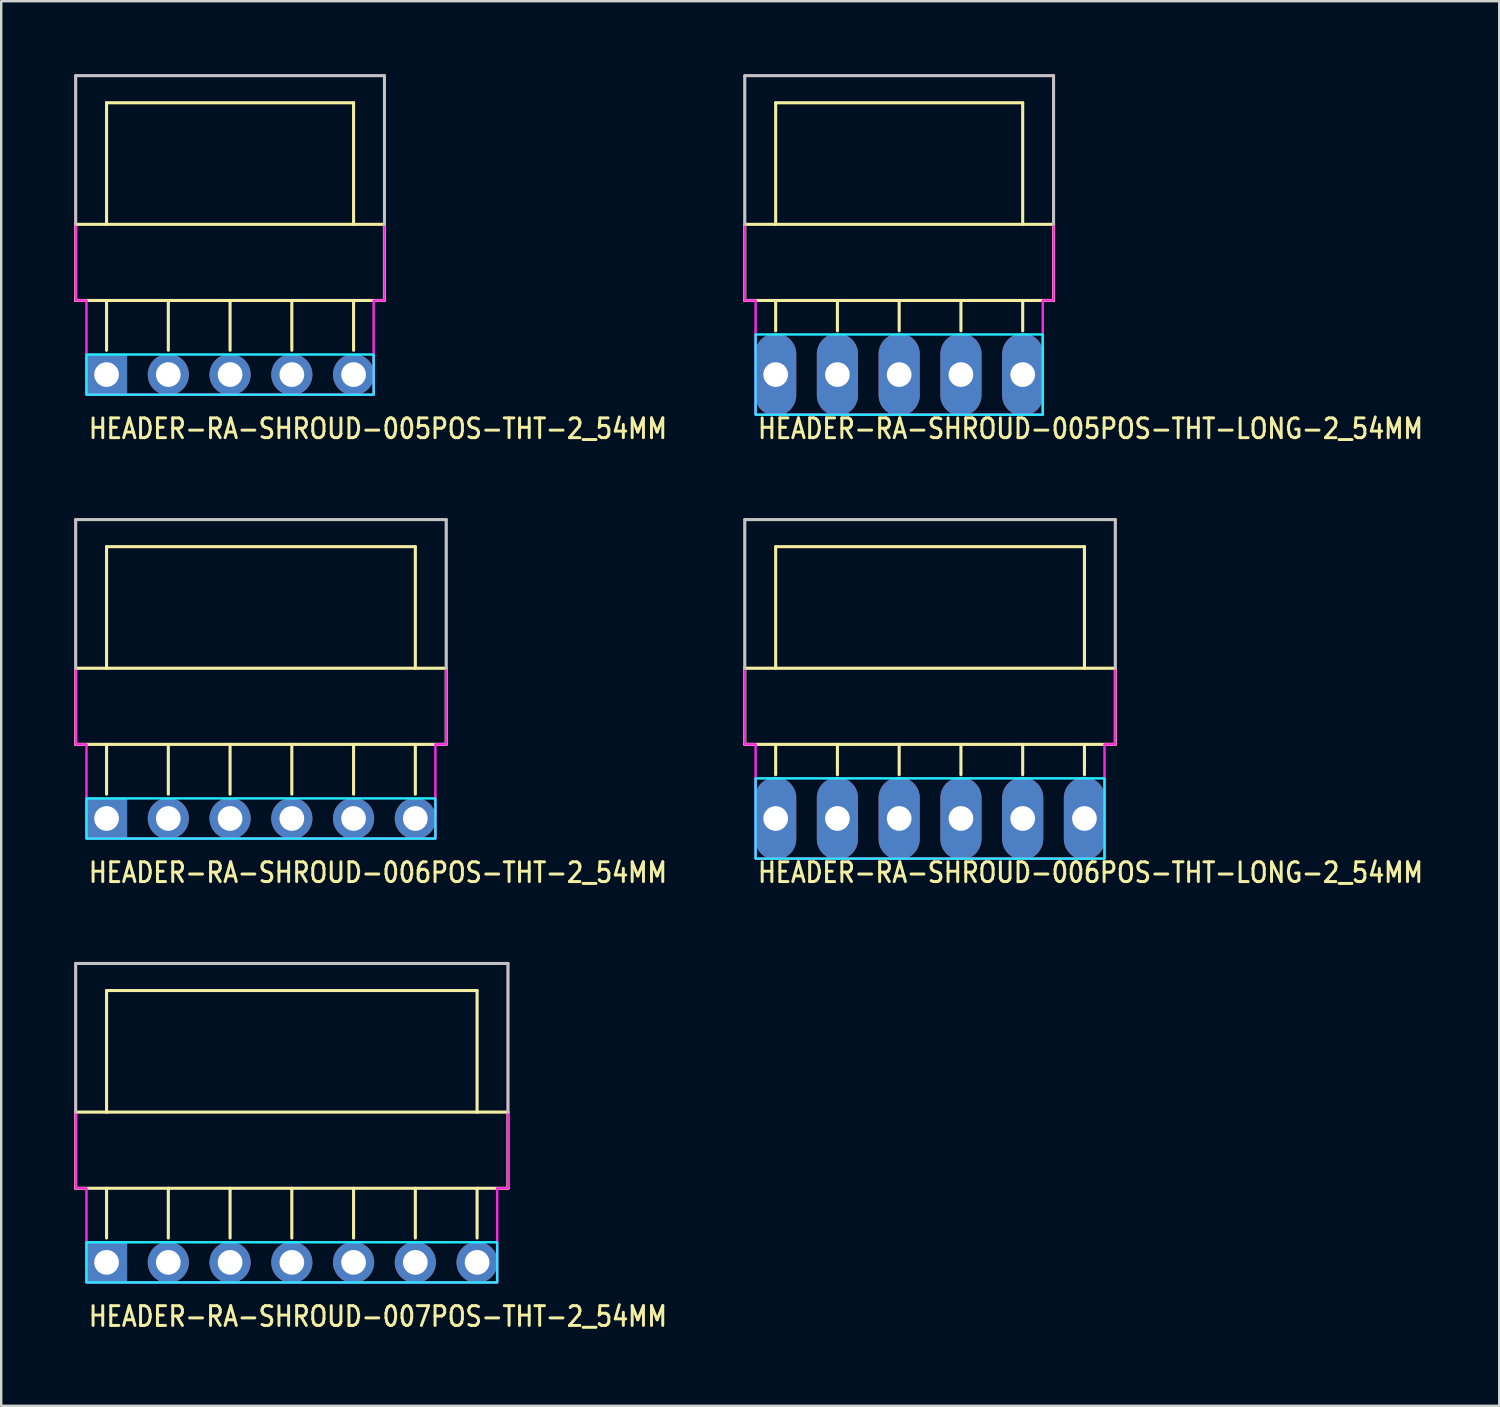
<source format=kicad_pcb>
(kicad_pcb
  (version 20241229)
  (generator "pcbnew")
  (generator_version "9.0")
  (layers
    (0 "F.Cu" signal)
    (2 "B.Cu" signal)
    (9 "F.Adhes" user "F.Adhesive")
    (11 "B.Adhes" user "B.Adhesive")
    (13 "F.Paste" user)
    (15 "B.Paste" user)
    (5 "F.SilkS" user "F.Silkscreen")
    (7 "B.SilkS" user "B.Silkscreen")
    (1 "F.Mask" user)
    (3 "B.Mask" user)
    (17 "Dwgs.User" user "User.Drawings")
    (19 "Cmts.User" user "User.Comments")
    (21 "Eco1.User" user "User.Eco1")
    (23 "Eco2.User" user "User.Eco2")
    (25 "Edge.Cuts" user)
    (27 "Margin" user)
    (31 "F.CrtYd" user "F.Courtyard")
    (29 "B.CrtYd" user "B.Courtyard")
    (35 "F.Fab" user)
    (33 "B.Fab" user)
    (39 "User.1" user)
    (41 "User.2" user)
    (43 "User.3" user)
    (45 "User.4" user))
  (footprint "HEADER-RA-SHROUD-006POS-THT-LONG-2_54MM"
    (layer "F.Cu")
    (at 28.854 30.615)
    (property "Reference" "HEADER-RA-SHROUD-006POS-THT-LONG-2_54MM" (at -0.8 2.7 0) (unlocked yes) (layer "F.SilkS") (effects (font (size 0.813 0.695) (thickness 0.122)) (justify left bottom)))
    (fp_line (start -1.27 -6.18) (end -1.27 -3.048) (stroke (width 0.127) (type solid)) (layer "F.SilkS"))
    (fp_line (start -1.27 -3.048) (end 13.97 -3.048) (stroke (width 0.127) (type solid)) (layer "F.SilkS"))
    (fp_line (start 0 -11.18) (end 0 -6.18) (stroke (width 0.127) (type solid)) (layer "F.SilkS"))
    (fp_line (start 0 -6.18) (end -1.27 -6.18) (stroke (width 0.127) (type solid)) (layer "F.SilkS"))
    (fp_line (start 0 -1.8) (end 0 -3.048) (stroke (width 0.127) (type solid)) (layer "F.SilkS"))
    (fp_line (start 2.54 -1.8) (end 2.54 -3.048) (stroke (width 0.127) (type solid)) (layer "F.SilkS"))
    (fp_line (start 5.08 -1.8) (end 5.08 -3.048) (stroke (width 0.127) (type solid)) (layer "F.SilkS"))
    (fp_line (start 7.62 -1.8) (end 7.62 -3.048) (stroke (width 0.127) (type solid)) (layer "F.SilkS"))
    (fp_line (start 10.16 -1.8) (end 10.16 -3.048) (stroke (width 0.127) (type solid)) (layer "F.SilkS"))
    (fp_line (start 12.7 -11.18) (end 0 -11.18) (stroke (width 0.127) (type solid)) (layer "F.SilkS"))
    (fp_line (start 12.7 -6.18) (end 0 -6.18) (stroke (width 0.127) (type solid)) (layer "F.SilkS"))
    (fp_line (start 12.7 -6.18) (end 12.7 -11.18) (stroke (width 0.127) (type solid)) (layer "F.SilkS"))
    (fp_line (start 12.7 -1.8) (end 12.7 -3.048) (stroke (width 0.127) (type solid)) (layer "F.SilkS"))
    (fp_line (start 13.97 -6.18) (end 12.7 -6.18) (stroke (width 0.127) (type solid)) (layer "F.SilkS"))
    (fp_line (start 13.97 -3.048) (end 13.97 -6.18) (stroke (width 0.127) (type solid)) (layer "F.SilkS"))
    (fp_line (start -1.27 -12.294) (end 13.97 -12.294) (stroke (width 0.127) (type solid)) (layer "Dwgs.User"))
    (fp_line (start -1.27 -6.18) (end -1.27 -12.294) (stroke (width 0.127) (type solid)) (layer "Dwgs.User"))
    (fp_line (start 13.97 -12.294) (end 13.97 -6.18) (stroke (width 0.127) (type solid)) (layer "Dwgs.User"))
    (fp_poly (pts (xy -0.826 -1.65) (xy -0.826 1.65) (xy 13.525 1.65) (xy 13.525 -1.65)) (stroke (width 0.1) (type solid)) (fill no) (layer "B.CrtYd"))
    (fp_poly (pts (xy -1.27 -12.294) (xy -1.27 -3.048) (xy -0.826 -3.048) (xy -0.826 1.65) (xy 13.525 1.65) (xy 13.525 -3.048) (xy 13.97 -3.048) (xy 13.97 -12.294)) (stroke (width 0.1) (type solid)) (fill no) (layer "F.CrtYd"))
    (pad "1" thru_hole oval (at 0 0 90) (size 3.387 1.693) (drill 1.016) (layers "*.Cu" "*.Mask"))
    (pad "2" thru_hole oval (at 2.54 0 90) (size 3.387 1.693) (drill 1.016) (layers "*.Cu" "*.Mask"))
    (pad "3" thru_hole oval (at 5.08 0 90) (size 3.387 1.693) (drill 1.016) (layers "*.Cu" "*.Mask"))
    (pad "4" thru_hole oval (at 7.62 0 90) (size 3.387 1.693) (drill 1.016) (layers "*.Cu" "*.Mask"))
    (pad "5" thru_hole oval (at 10.16 0 90) (size 3.387 1.693) (drill 1.016) (layers "*.Cu" "*.Mask"))
    (pad "6" thru_hole oval (at 12.7 0 90) (size 3.387 1.693) (drill 1.016) (layers "*.Cu" "*.Mask")))
  (footprint "HEADER-RA-SHROUD-007POS-THT-2_54MM"
    (layer "F.Cu")
    (at 1.333 48.872)
    (property "Reference" "HEADER-RA-SHROUD-007POS-THT-2_54MM" (at -0.8 2.7 0) (unlocked yes) (layer "F.SilkS") (effects (font (size 0.813 0.695) (thickness 0.122)) (justify left bottom)))
    (fp_line (start -1.27 -6.18) (end -1.27 -3.048) (stroke (width 0.127) (type solid)) (layer "F.SilkS"))
    (fp_line (start -1.27 -3.048) (end 16.51 -3.048) (stroke (width 0.127) (type solid)) (layer "F.SilkS"))
    (fp_line (start 0 -11.18) (end 0 -6.18) (stroke (width 0.127) (type solid)) (layer "F.SilkS"))
    (fp_line (start 0 -6.18) (end -1.27 -6.18) (stroke (width 0.127) (type solid)) (layer "F.SilkS"))
    (fp_line (start 0 -1) (end 0 -3.048) (stroke (width 0.127) (type solid)) (layer "F.SilkS"))
    (fp_line (start 2.54 -1) (end 2.54 -3.048) (stroke (width 0.127) (type solid)) (layer "F.SilkS"))
    (fp_line (start 5.08 -1) (end 5.08 -3.048) (stroke (width 0.127) (type solid)) (layer "F.SilkS"))
    (fp_line (start 7.62 -1) (end 7.62 -3.048) (stroke (width 0.127) (type solid)) (layer "F.SilkS"))
    (fp_line (start 10.16 -1) (end 10.16 -3.048) (stroke (width 0.127) (type solid)) (layer "F.SilkS"))
    (fp_line (start 12.7 -1) (end 12.7 -3.048) (stroke (width 0.127) (type solid)) (layer "F.SilkS"))
    (fp_line (start 15.24 -11.18) (end 0 -11.18) (stroke (width 0.127) (type solid)) (layer "F.SilkS"))
    (fp_line (start 15.24 -6.18) (end 0 -6.18) (stroke (width 0.127) (type solid)) (layer "F.SilkS"))
    (fp_line (start 15.24 -6.18) (end 15.24 -11.18) (stroke (width 0.127) (type solid)) (layer "F.SilkS"))
    (fp_line (start 15.24 -1) (end 15.24 -3.048) (stroke (width 0.127) (type solid)) (layer "F.SilkS"))
    (fp_line (start 16.51 -6.18) (end 15.24 -6.18) (stroke (width 0.127) (type solid)) (layer "F.SilkS"))
    (fp_line (start 16.51 -3.048) (end 16.51 -6.18) (stroke (width 0.127) (type solid)) (layer "F.SilkS"))
    (fp_line (start -1.27 -12.294) (end 16.51 -12.294) (stroke (width 0.127) (type solid)) (layer "Dwgs.User"))
    (fp_line (start -1.27 -6.18) (end -1.27 -12.294) (stroke (width 0.127) (type solid)) (layer "Dwgs.User"))
    (fp_line (start 16.51 -12.294) (end 16.51 -6.18) (stroke (width 0.127) (type solid)) (layer "Dwgs.User"))
    (fp_poly (pts (xy -0.826 -0.826) (xy -0.826 0.826) (xy 16.066 0.826) (xy 16.066 -0.826)) (stroke (width 0.1) (type solid)) (fill no) (layer "B.CrtYd"))
    (fp_poly (pts (xy -1.27 -12.294) (xy -1.27 -3.048) (xy -0.826 -3.048) (xy -0.826 0.826) (xy 16.066 0.826) (xy 16.066 -3.048) (xy 16.51 -3.048) (xy 16.51 -12.294)) (stroke (width 0.1) (type solid)) (fill no) (layer "F.CrtYd"))
    (pad "1" thru_hole rect (at 0 0) (size 1.693 1.693) (drill 1.016) (layers "*.Cu" "*.Mask"))
    (pad "2" thru_hole oval (at 2.54 0) (size 1.693 1.693) (drill 1.016) (layers "*.Cu" "*.Mask"))
    (pad "3" thru_hole oval (at 5.08 0) (size 1.693 1.693) (drill 1.016) (layers "*.Cu" "*.Mask"))
    (pad "4" thru_hole oval (at 7.62 0) (size 1.693 1.693) (drill 1.016) (layers "*.Cu" "*.Mask"))
    (pad "5" thru_hole oval (at 10.16 0) (size 1.693 1.693) (drill 1.016) (layers "*.Cu" "*.Mask"))
    (pad "6" thru_hole oval (at 12.7 0) (size 1.693 1.693) (drill 1.016) (layers "*.Cu" "*.Mask"))
    (pad "7" thru_hole oval (at 15.24 0) (size 1.693 1.693) (drill 1.016) (layers "*.Cu" "*.Mask")))
  (footprint "HEADER-RA-SHROUD-005POS-THT-LONG-2_54MM"
    (layer "F.Cu")
    (at 28.854 12.357)
    (property "Reference" "HEADER-RA-SHROUD-005POS-THT-LONG-2_54MM" (at -0.8 2.7 0) (unlocked yes) (layer "F.SilkS") (effects (font (size 0.813 0.695) (thickness 0.122)) (justify left bottom)))
    (fp_line (start -1.27 -6.18) (end -1.27 -3.048) (stroke (width 0.127) (type solid)) (layer "F.SilkS"))
    (fp_line (start -1.27 -3.048) (end 11.43 -3.048) (stroke (width 0.127) (type solid)) (layer "F.SilkS"))
    (fp_line (start 0 -11.18) (end 0 -6.18) (stroke (width 0.127) (type solid)) (layer "F.SilkS"))
    (fp_line (start 0 -6.18) (end -1.27 -6.18) (stroke (width 0.127) (type solid)) (layer "F.SilkS"))
    (fp_line (start 0 -1.8) (end 0 -3.048) (stroke (width 0.127) (type solid)) (layer "F.SilkS"))
    (fp_line (start 2.54 -1.8) (end 2.54 -3.048) (stroke (width 0.127) (type solid)) (layer "F.SilkS"))
    (fp_line (start 5.08 -1.8) (end 5.08 -3.048) (stroke (width 0.127) (type solid)) (layer "F.SilkS"))
    (fp_line (start 7.62 -1.8) (end 7.62 -3.048) (stroke (width 0.127) (type solid)) (layer "F.SilkS"))
    (fp_line (start 10.16 -11.18) (end 0 -11.18) (stroke (width 0.127) (type solid)) (layer "F.SilkS"))
    (fp_line (start 10.16 -6.18) (end 0 -6.18) (stroke (width 0.127) (type solid)) (layer "F.SilkS"))
    (fp_line (start 10.16 -6.18) (end 10.16 -11.18) (stroke (width 0.127) (type solid)) (layer "F.SilkS"))
    (fp_line (start 10.16 -1.8) (end 10.16 -3.048) (stroke (width 0.127) (type solid)) (layer "F.SilkS"))
    (fp_line (start 11.43 -6.18) (end 10.16 -6.18) (stroke (width 0.127) (type solid)) (layer "F.SilkS"))
    (fp_line (start 11.43 -3.048) (end 11.43 -6.18) (stroke (width 0.127) (type solid)) (layer "F.SilkS"))
    (fp_line (start -1.27 -12.294) (end 11.43 -12.294) (stroke (width 0.127) (type solid)) (layer "Dwgs.User"))
    (fp_line (start -1.27 -6.18) (end -1.27 -12.294) (stroke (width 0.127) (type solid)) (layer "Dwgs.User"))
    (fp_line (start 11.43 -12.294) (end 11.43 -6.18) (stroke (width 0.127) (type solid)) (layer "Dwgs.User"))
    (fp_poly (pts (xy -0.826 -1.65) (xy -0.826 1.65) (xy 10.986 1.65) (xy 10.986 -1.65)) (stroke (width 0.1) (type solid)) (fill no) (layer "B.CrtYd"))
    (fp_poly (pts (xy -1.27 -12.294) (xy -1.27 -3.048) (xy -0.826 -3.048) (xy -0.826 1.65) (xy 10.986 1.65) (xy 10.986 -3.048) (xy 11.43 -3.048) (xy 11.43 -12.294)) (stroke (width 0.1) (type solid)) (fill no) (layer "F.CrtYd"))
    (pad "1" thru_hole oval (at 0 0 90) (size 3.387 1.693) (drill 1.016) (layers "*.Cu" "*.Mask"))
    (pad "2" thru_hole oval (at 2.54 0 90) (size 3.387 1.693) (drill 1.016) (layers "*.Cu" "*.Mask"))
    (pad "3" thru_hole oval (at 5.08 0 90) (size 3.387 1.693) (drill 1.016) (layers "*.Cu" "*.Mask"))
    (pad "4" thru_hole oval (at 7.62 0 90) (size 3.387 1.693) (drill 1.016) (layers "*.Cu" "*.Mask"))
    (pad "5" thru_hole oval (at 10.16 0 90) (size 3.387 1.693) (drill 1.016) (layers "*.Cu" "*.Mask")))
  (footprint "HEADER-RA-SHROUD-006POS-THT-2_54MM"
    (layer "F.Cu")
    (at 1.333 30.615)
    (property "Reference" "HEADER-RA-SHROUD-006POS-THT-2_54MM" (at -0.8 2.7 0) (unlocked yes) (layer "F.SilkS") (effects (font (size 0.813 0.695) (thickness 0.122)) (justify left bottom)))
    (fp_line (start -1.27 -6.18) (end -1.27 -3.048) (stroke (width 0.127) (type solid)) (layer "F.SilkS"))
    (fp_line (start -1.27 -3.048) (end 13.97 -3.048) (stroke (width 0.127) (type solid)) (layer "F.SilkS"))
    (fp_line (start 0 -11.18) (end 0 -6.18) (stroke (width 0.127) (type solid)) (layer "F.SilkS"))
    (fp_line (start 0 -6.18) (end -1.27 -6.18) (stroke (width 0.127) (type solid)) (layer "F.SilkS"))
    (fp_line (start 0 -1) (end 0 -3.048) (stroke (width 0.127) (type solid)) (layer "F.SilkS"))
    (fp_line (start 2.54 -1) (end 2.54 -3.048) (stroke (width 0.127) (type solid)) (layer "F.SilkS"))
    (fp_line (start 5.08 -1) (end 5.08 -3.048) (stroke (width 0.127) (type solid)) (layer "F.SilkS"))
    (fp_line (start 7.62 -1) (end 7.62 -3.048) (stroke (width 0.127) (type solid)) (layer "F.SilkS"))
    (fp_line (start 10.16 -1) (end 10.16 -3.048) (stroke (width 0.127) (type solid)) (layer "F.SilkS"))
    (fp_line (start 12.7 -11.18) (end 0 -11.18) (stroke (width 0.127) (type solid)) (layer "F.SilkS"))
    (fp_line (start 12.7 -6.18) (end 0 -6.18) (stroke (width 0.127) (type solid)) (layer "F.SilkS"))
    (fp_line (start 12.7 -6.18) (end 12.7 -11.18) (stroke (width 0.127) (type solid)) (layer "F.SilkS"))
    (fp_line (start 12.7 -1) (end 12.7 -3.048) (stroke (width 0.127) (type solid)) (layer "F.SilkS"))
    (fp_line (start 13.97 -6.18) (end 12.7 -6.18) (stroke (width 0.127) (type solid)) (layer "F.SilkS"))
    (fp_line (start 13.97 -3.048) (end 13.97 -6.18) (stroke (width 0.127) (type solid)) (layer "F.SilkS"))
    (fp_line (start -1.27 -12.294) (end 13.97 -12.294) (stroke (width 0.127) (type solid)) (layer "Dwgs.User"))
    (fp_line (start -1.27 -6.18) (end -1.27 -12.294) (stroke (width 0.127) (type solid)) (layer "Dwgs.User"))
    (fp_line (start 13.97 -12.294) (end 13.97 -6.18) (stroke (width 0.127) (type solid)) (layer "Dwgs.User"))
    (fp_poly (pts (xy -0.826 -0.826) (xy -0.826 0.826) (xy 13.525 0.826) (xy 13.525 -0.826)) (stroke (width 0.1) (type solid)) (fill no) (layer "B.CrtYd"))
    (fp_poly (pts (xy -1.27 -12.294) (xy -1.27 -3.048) (xy -0.826 -3.048) (xy -0.826 0.826) (xy 13.525 0.826) (xy 13.525 -3.048) (xy 13.97 -3.048) (xy 13.97 -12.294)) (stroke (width 0.1) (type solid)) (fill no) (layer "F.CrtYd"))
    (pad "1" thru_hole rect (at 0 0) (size 1.693 1.693) (drill 1.016) (layers "*.Cu" "*.Mask"))
    (pad "2" thru_hole oval (at 2.54 0) (size 1.693 1.693) (drill 1.016) (layers "*.Cu" "*.Mask"))
    (pad "3" thru_hole oval (at 5.08 0) (size 1.693 1.693) (drill 1.016) (layers "*.Cu" "*.Mask"))
    (pad "4" thru_hole oval (at 7.62 0) (size 1.693 1.693) (drill 1.016) (layers "*.Cu" "*.Mask"))
    (pad "5" thru_hole oval (at 10.16 0) (size 1.693 1.693) (drill 1.016) (layers "*.Cu" "*.Mask"))
    (pad "6" thru_hole oval (at 12.7 0) (size 1.693 1.693) (drill 1.016) (layers "*.Cu" "*.Mask")))
  (footprint "HEADER-RA-SHROUD-005POS-THT-2_54MM"
    (layer "F.Cu")
    (at 1.333 12.357)
    (property "Reference" "HEADER-RA-SHROUD-005POS-THT-2_54MM" (at -0.8 2.7 0) (unlocked yes) (layer "F.SilkS") (effects (font (size 0.813 0.695) (thickness 0.122)) (justify left bottom)))
    (fp_line (start -1.27 -6.18) (end -1.27 -3.048) (stroke (width 0.127) (type solid)) (layer "F.SilkS"))
    (fp_line (start -1.27 -3.048) (end 11.43 -3.048) (stroke (width 0.127) (type solid)) (layer "F.SilkS"))
    (fp_line (start 0 -11.18) (end 0 -6.18) (stroke (width 0.127) (type solid)) (layer "F.SilkS"))
    (fp_line (start 0 -6.18) (end -1.27 -6.18) (stroke (width 0.127) (type solid)) (layer "F.SilkS"))
    (fp_line (start 0 -1) (end 0 -3.048) (stroke (width 0.127) (type solid)) (layer "F.SilkS"))
    (fp_line (start 2.54 -1) (end 2.54 -3.048) (stroke (width 0.127) (type solid)) (layer "F.SilkS"))
    (fp_line (start 5.08 -1) (end 5.08 -3.048) (stroke (width 0.127) (type solid)) (layer "F.SilkS"))
    (fp_line (start 7.62 -1) (end 7.62 -3.048) (stroke (width 0.127) (type solid)) (layer "F.SilkS"))
    (fp_line (start 10.16 -11.18) (end 0 -11.18) (stroke (width 0.127) (type solid)) (layer "F.SilkS"))
    (fp_line (start 10.16 -6.18) (end 0 -6.18) (stroke (width 0.127) (type solid)) (layer "F.SilkS"))
    (fp_line (start 10.16 -6.18) (end 10.16 -11.18) (stroke (width 0.127) (type solid)) (layer "F.SilkS"))
    (fp_line (start 10.16 -1) (end 10.16 -3.048) (stroke (width 0.127) (type solid)) (layer "F.SilkS"))
    (fp_line (start 11.43 -6.18) (end 10.16 -6.18) (stroke (width 0.127) (type solid)) (layer "F.SilkS"))
    (fp_line (start 11.43 -3.048) (end 11.43 -6.18) (stroke (width 0.127) (type solid)) (layer "F.SilkS"))
    (fp_line (start -1.27 -12.294) (end 11.43 -12.294) (stroke (width 0.127) (type solid)) (layer "Dwgs.User"))
    (fp_line (start -1.27 -6.18) (end -1.27 -12.294) (stroke (width 0.127) (type solid)) (layer "Dwgs.User"))
    (fp_line (start 11.43 -12.294) (end 11.43 -6.18) (stroke (width 0.127) (type solid)) (layer "Dwgs.User"))
    (fp_poly (pts (xy -0.826 -0.826) (xy -0.826 0.826) (xy 10.986 0.826) (xy 10.986 -0.826)) (stroke (width 0.1) (type solid)) (fill no) (layer "B.CrtYd"))
    (fp_poly (pts (xy -1.27 -12.294) (xy -1.27 -3.048) (xy -0.826 -3.048) (xy -0.826 0.826) (xy 10.986 0.826) (xy 10.986 -3.048) (xy 11.43 -3.048) (xy 11.43 -12.294)) (stroke (width 0.1) (type solid)) (fill no) (layer "F.CrtYd"))
    (pad "1" thru_hole rect (at 0 0) (size 1.693 1.693) (drill 1.016) (layers "*.Cu" "*.Mask"))
    (pad "2" thru_hole oval (at 2.54 0) (size 1.693 1.693) (drill 1.016) (layers "*.Cu" "*.Mask"))
    (pad "3" thru_hole oval (at 5.08 0) (size 1.693 1.693) (drill 1.016) (layers "*.Cu" "*.Mask"))
    (pad "4" thru_hole oval (at 7.62 0) (size 1.693 1.693) (drill 1.016) (layers "*.Cu" "*.Mask"))
    (pad "5" thru_hole oval (at 10.16 0) (size 1.693 1.693) (drill 1.016) (layers "*.Cu" "*.Mask")))
  (gr_rect
    (start -3 -3)
    (end 58.615 54.772)
    (stroke (width 0.1) (type default))
    (fill no)
    (layer "Edge.Cuts")))
</source>
